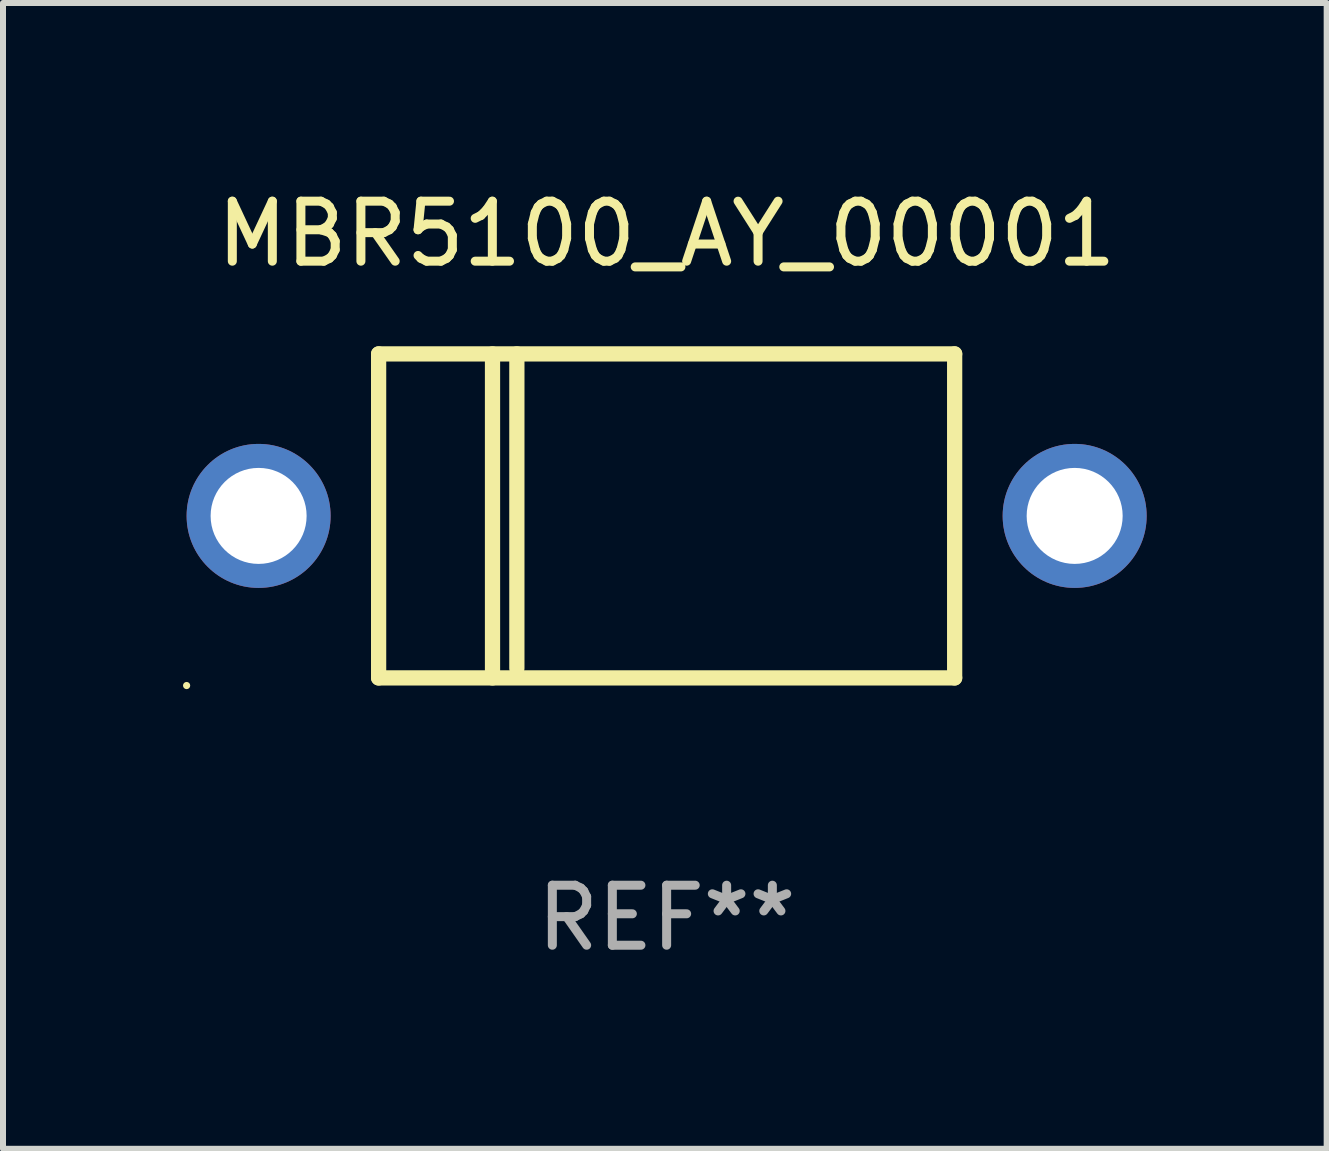
<source format=kicad_pcb>
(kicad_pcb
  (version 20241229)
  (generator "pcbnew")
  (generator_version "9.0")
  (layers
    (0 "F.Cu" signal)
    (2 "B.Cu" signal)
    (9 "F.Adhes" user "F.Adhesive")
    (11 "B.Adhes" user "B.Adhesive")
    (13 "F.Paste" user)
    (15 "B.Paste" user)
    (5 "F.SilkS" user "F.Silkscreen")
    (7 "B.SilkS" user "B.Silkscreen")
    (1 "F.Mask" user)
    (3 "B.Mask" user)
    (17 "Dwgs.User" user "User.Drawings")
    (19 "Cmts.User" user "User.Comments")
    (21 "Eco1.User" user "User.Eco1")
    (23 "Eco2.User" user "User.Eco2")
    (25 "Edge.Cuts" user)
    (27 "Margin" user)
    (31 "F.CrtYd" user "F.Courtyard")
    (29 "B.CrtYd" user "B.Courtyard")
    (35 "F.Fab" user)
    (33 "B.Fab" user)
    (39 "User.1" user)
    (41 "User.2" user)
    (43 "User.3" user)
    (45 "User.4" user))
  (footprint "MBR5100_AY_00001"
    (layer "F.Cu")
    (at 8.06 5.548)
    (property "Reference" "MBR5100_AY_00001" (at 0 -4.7 0) (layer "F.SilkS") (effects (font (size 1 1) (thickness 0.15))))
    (attr through_hole)
    (fp_line (start -4.8 -2.7) (end -4.8 2.7) (stroke (width 0.254) (type solid)) (layer "F.SilkS"))
    (fp_line (start -4.8 -2.7) (end 4.8 -2.7) (stroke (width 0.254) (type solid)) (layer "F.SilkS"))
    (fp_line (start -2.902 -2.7) (end -2.902 2.7) (stroke (width 0.254) (type solid)) (layer "F.SilkS"))
    (fp_line (start -2.496 -2.7) (end -2.496 2.54) (stroke (width 0.254) (type solid)) (layer "F.SilkS"))
    (fp_line (start 4.8 -2.7) (end 4.8 2.7) (stroke (width 0.254) (type solid)) (layer "F.SilkS"))
    (fp_line (start 4.8 2.7) (end -4.8 2.7) (stroke (width 0.254) (type solid)) (layer "F.SilkS"))
    (fp_circle (center -8 2.827) (end -7.97 2.827) (stroke (width 0.06) (type solid)) (fill no) (layer "F.SilkS"))
    (fp_text user "REF**" (at 0 6.7 0) (layer "F.Fab") (effects (font (size 1 1) (thickness 0.15))))
    (pad "1" thru_hole circle (at -6.8 0) (size 2.4 2.4) (drill 1.6) (layers "*.Cu" "*.Mask"))
    (pad "2" thru_hole circle (at 6.8 0) (size 2.4 2.4) (drill 1.6) (layers "*.Cu" "*.Mask")))
  (gr_rect
    (start -3 -3)
    (end 19.06 16.096)
    (stroke (width 0.1) (type default))
    (fill no)
    (layer "Edge.Cuts")))
</source>
